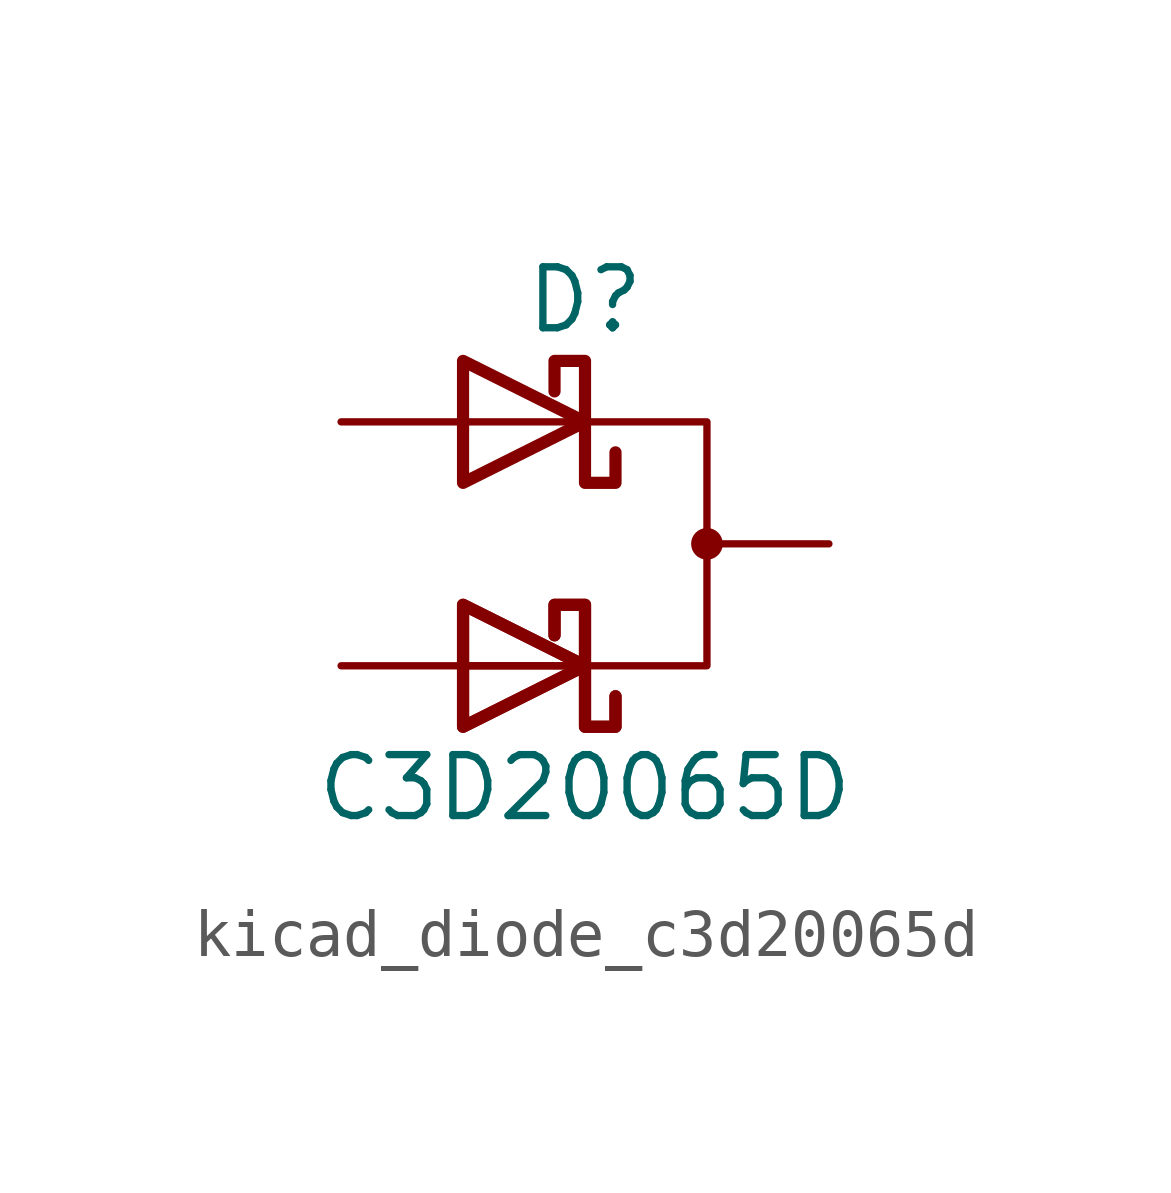
<source format=kicad_sym>
(kicad_symbol_lib
  (version 20220914)
  (generator kicad_symbol_editor)
  (symbol "kicad_diode_c3d20065d"
    (pin_numbers hide)
    (pin_names
      (offset 1.016) hide)
    (property "Reference" "D"
      (at 0 5.08 0)
      (effects (font (size 1.27 1.27))))
    (property "Value" "C3D20065D"
      (at 0 -5.08 0)
      (effects (font (size 1.27 1.27))))
    (symbol "kicad_diode_c3d20065d_0_1"
      (polyline (pts (xy -2.54 -2.54) (xy 0 -2.54)) (stroke (width 0) (type default)) (fill (type none)))
      (polyline (pts (xy -2.54 -2.54) (xy 0 -2.54)) (stroke (width 0) (type default)) (fill (type none)))
      (polyline (pts (xy -2.54 2.54) (xy 0 2.54)) (stroke (width 0) (type default)) (fill (type none)))
      (polyline (pts (xy -2.54 -3.81) (xy -2.54 -1.27) (xy 0 -2.54) (xy -2.54 -3.81)) (stroke (width 0.254) (type default)) (fill (type none)))
      (polyline (pts (xy -2.54 -3.81) (xy -2.54 -1.27) (xy 0 -2.54) (xy -2.54 -3.81)) (stroke (width 0.254) (type default)) (fill (type none)))
      (polyline (pts (xy -2.54 1.27) (xy -2.54 3.81) (xy 0 2.54) (xy -2.54 1.27)) (stroke (width 0.254) (type default)) (fill (type none)))
      (polyline (pts (xy 0 2.54) (xy 2.54 2.54) (xy 2.54 -2.54) (xy 0 -2.54)) (stroke (width 0) (type default)) (fill (type none)))
      (polyline (pts (xy 0.635 -3.175) (xy 0.635 -3.81) (xy 0 -3.81) (xy 0 -1.27) (xy -0.635 -1.27) (xy -0.635 -1.905)) (stroke (width 0.254) (type default)) (fill (type none)))
      (polyline (pts (xy 0.635 -3.175) (xy 0.635 -3.81) (xy 0 -3.81) (xy 0 -1.27) (xy -0.635 -1.27) (xy -0.635 -1.905)) (stroke (width 0.254) (type default)) (fill (type none)))
      (polyline (pts (xy 0.635 1.905) (xy 0.635 1.27) (xy 0 1.27) (xy 0 3.81) (xy -0.635 3.81) (xy -0.635 3.175)) (stroke (width 0.254) (type default)) (fill (type none)))
      (circle (center 2.54 0) (radius 0.254) (stroke (width 0) (type default)) (fill (type outline))))
    (symbol "kicad_diode_c3d20065d_1_1"
      (pin passive line (at -5.08 2.54 0) (length 2.54) (name "A1" (effects (font (size 1.27 1.27)))) (number "1" (effects (font (size 1.27 1.27)))))
      (pin passive line (at 5.08 0 180) (length 2.54) (name "K" (effects (font (size 1.27 1.27)))) (number "2" (effects (font (size 1.27 1.27)))))
      (pin passive line (at -5.08 -2.54 0) (length 2.54) (name "A2" (effects (font (size 1.27 1.27)))) (number "3" (effects (font (size 1.27 1.27))))))))
</source>
